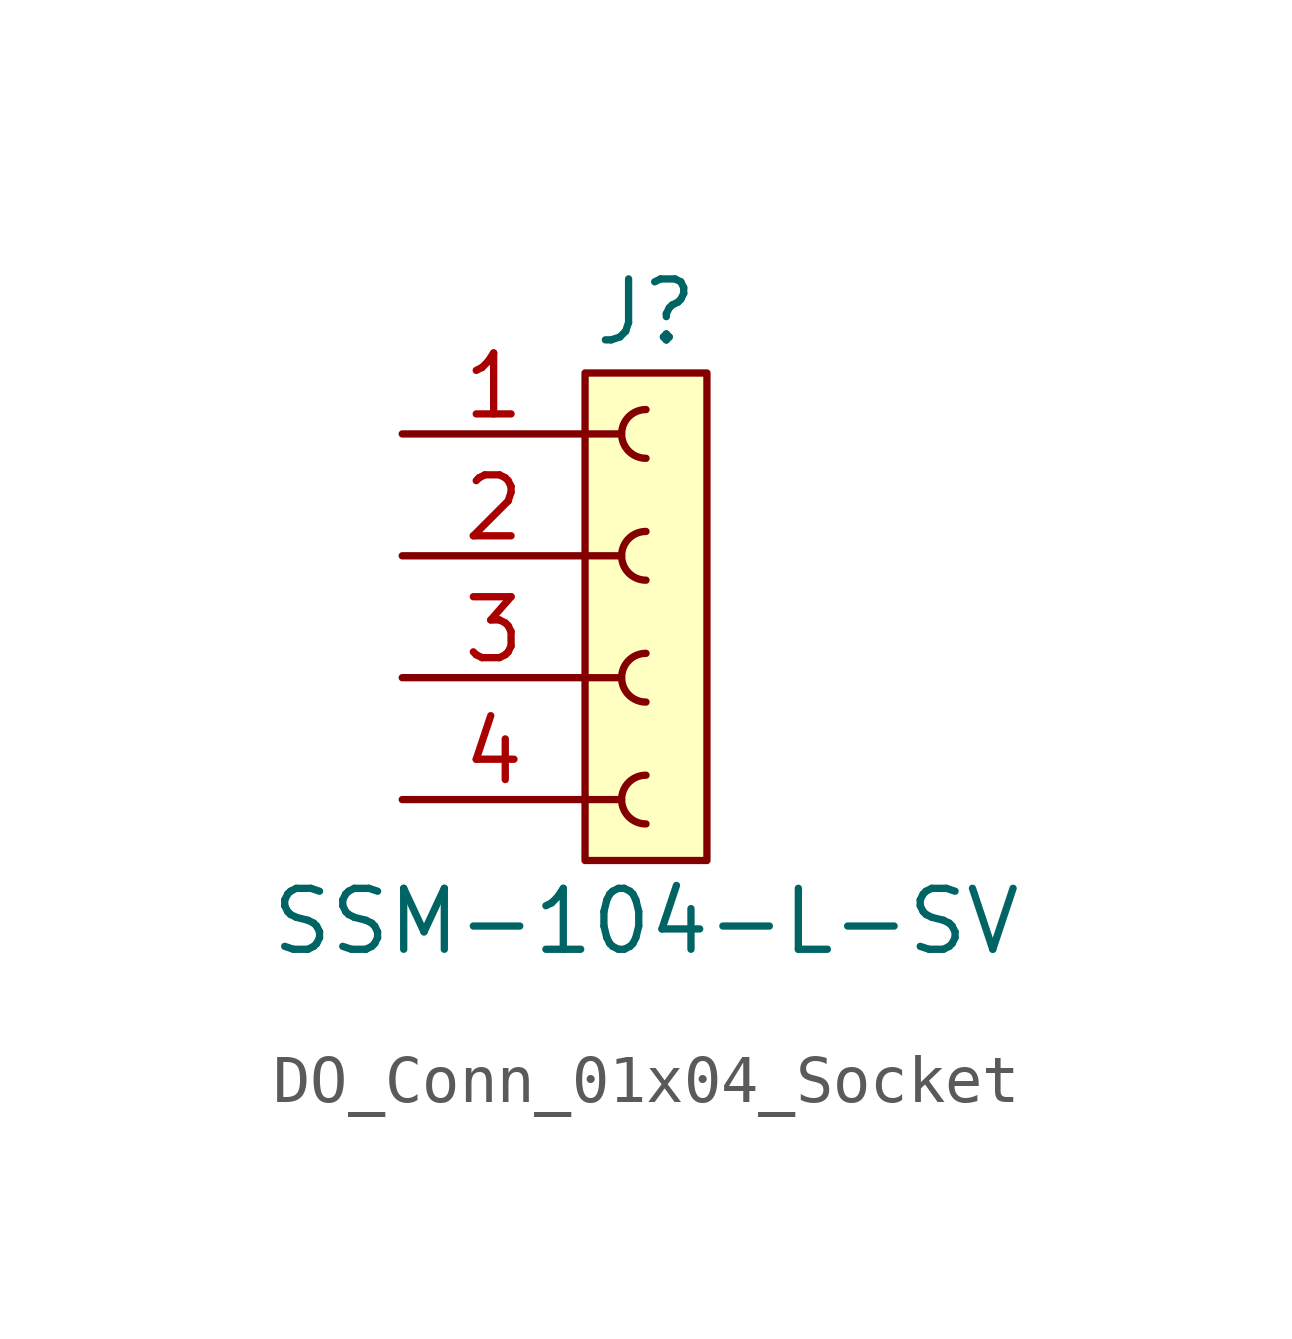
<source format=kicad_sym>
(kicad_symbol_lib
  (version 20220914)
  (generator kicad_symbol_editor)
  (symbol "DO_Conn_01x04_Socket"
    (pin_names
      (offset 1.016) hide)
    (property "Reference" "J"
      (at 0 6.35 0)
      (effects (font (size 1.27 1.27))))
    (property "Value" "SSM-104-L-SV"
      (at 0 -6.35 0)
      (effects (font (size 1.27 1.27))))
    (symbol "DO_Conn_01x04_Socket_1_1"
      (arc (start 0 -3.302) (mid -0.5058 -3.81) (end 0 -4.318) (stroke (width 0.1524) (type default)) (fill (type none)))
      (arc (start 0 -0.762) (mid -0.5058 -1.27) (end 0 -1.778) (stroke (width 0.1524) (type default)) (fill (type none)))
      (polyline (pts (xy -1.27 -3.81) (xy -0.508 -3.81)) (stroke (width 0.152) (type default)) (fill (type none)))
      (polyline (pts (xy -1.27 -1.27) (xy -0.508 -1.27)) (stroke (width 0.152) (type default)) (fill (type none)))
      (polyline (pts (xy -1.27 1.27) (xy -0.508 1.27)) (stroke (width 0.152) (type default)) (fill (type none)))
      (polyline (pts (xy -1.27 3.81) (xy -0.508 3.81)) (stroke (width 0.152) (type default)) (fill (type none)))
      (polyline (pts (xy -1.27 5.08) (xy -1.27 -5.08) (xy 1.27 -5.08) (xy 1.27 5.08) (xy -1.27 5.08)) (stroke (width 0) (type default)) (fill (type background)))
      (arc (start 0 1.778) (mid -0.5058 1.27) (end 0 0.762) (stroke (width 0.1524) (type default)) (fill (type none)))
      (arc (start 0 4.318) (mid -0.5058 3.81) (end 0 3.302) (stroke (width 0.1524) (type default)) (fill (type none)))
      (pin passive line (at -5.08 3.81 0) (length 3.81) (name "Pin_1" (effects (font (size 1.27 1.27)))) (number "1" (effects (font (size 1.27 1.27)))))
      (pin passive line (at -5.08 1.27 0) (length 3.81) (name "Pin_2" (effects (font (size 1.27 1.27)))) (number "2" (effects (font (size 1.27 1.27)))))
      (pin passive line (at -5.08 -1.27 0) (length 3.81) (name "Pin_3" (effects (font (size 1.27 1.27)))) (number "3" (effects (font (size 1.27 1.27)))))
      (pin passive line (at -5.08 -3.81 0) (length 3.81) (name "Pin_4" (effects (font (size 1.27 1.27)))) (number "4" (effects (font (size 1.27 1.27))))))))
</source>
